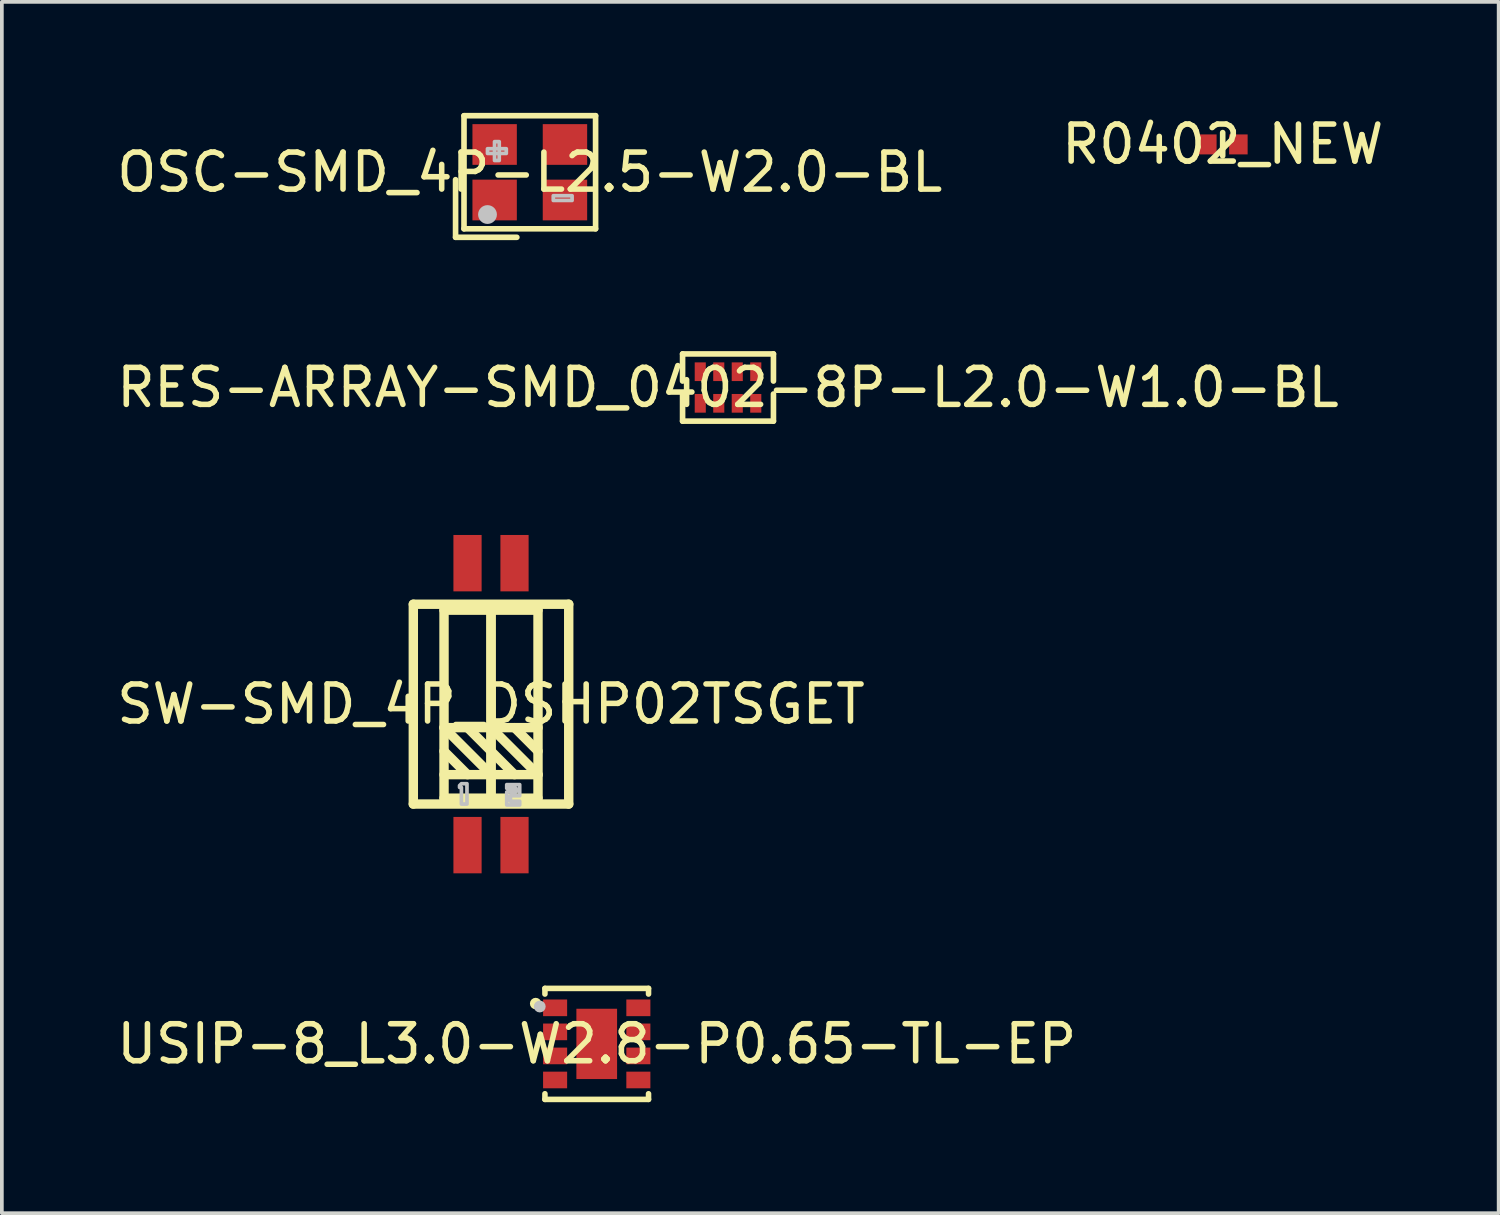
<source format=kicad_pcb>
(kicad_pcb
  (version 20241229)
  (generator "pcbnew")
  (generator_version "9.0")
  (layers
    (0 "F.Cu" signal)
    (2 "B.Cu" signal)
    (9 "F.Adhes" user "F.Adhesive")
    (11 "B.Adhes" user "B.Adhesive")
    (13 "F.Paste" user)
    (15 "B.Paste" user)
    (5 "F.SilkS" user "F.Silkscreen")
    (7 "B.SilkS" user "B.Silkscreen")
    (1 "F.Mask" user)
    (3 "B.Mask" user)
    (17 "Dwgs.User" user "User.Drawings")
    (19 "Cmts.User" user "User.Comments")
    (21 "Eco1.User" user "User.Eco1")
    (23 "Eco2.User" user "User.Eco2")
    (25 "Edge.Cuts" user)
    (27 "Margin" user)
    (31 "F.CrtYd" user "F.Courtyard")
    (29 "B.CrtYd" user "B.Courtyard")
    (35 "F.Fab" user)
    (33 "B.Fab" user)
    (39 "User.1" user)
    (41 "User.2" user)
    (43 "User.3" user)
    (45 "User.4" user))
  (footprint "R0402_NEW"
    (layer "F.Cu")
    (at 29.994 0.848)
    (property "Reference" "R0402_NEW" (at 0 0 0) (unlocked yes) (layer "F.SilkS") (effects (font (size 1 1) (thickness 0.15))))
    (fp_line (start 0 0.314) (end 0 -0.314) (stroke (width 0.152) (type default)) (layer "F.SilkS"))
    (fp_poly (pts (xy -0.131 0.235) (xy -0.131 -0.225) (xy -0.171 -0.265) (xy -0.671 -0.265) (xy -0.711 -0.225) (xy -0.711 0.235) (xy -0.671 0.276) (xy -0.171 0.276)) (stroke (width 0) (type default)) (fill yes) (layer "F.Paste"))
    (fp_poly (pts (xy 0.14 0.235) (xy 0.14 -0.225) (xy 0.179 -0.265) (xy 0.68 -0.265) (xy 0.72 -0.225) (xy 0.72 0.235) (xy 0.68 0.276) (xy 0.179 0.276)) (stroke (width 0) (type default)) (fill yes) (layer "F.Paste"))
    (fp_poly (pts (xy -0.244 -0.244) (xy -0.244 0.256) (xy -0.494 0.256) (xy -0.494 -0.244)) (stroke (width 0.1) (type default)) (fill no) (layer "User.1"))
    (fp_poly (pts (xy 0.256 0.256) (xy 0.256 -0.244) (xy 0.506 -0.244) (xy 0.506 0.256)) (stroke (width 0.1) (type default)) (fill no) (layer "User.1"))
    (fp_line (start -0.495 -0.244) (end 0.504 -0.244) (stroke (width 0.051) (type default)) (layer "User.2"))
    (fp_line (start -0.495 0.256) (end -0.495 -0.244) (stroke (width 0.051) (type default)) (layer "User.2"))
    (fp_line (start 0.504 -0.244) (end 0.504 0.256) (stroke (width 0.051) (type default)) (layer "User.2"))
    (fp_line (start 0.504 0.256) (end -0.495 0.256) (stroke (width 0.051) (type default)) (layer "User.2"))
    (fp_poly (pts (xy -0.435 0.256) (xy -0.453 0.213) (xy -0.495 0.196) (xy -0.538 0.213) (xy -0.555 0.256) (xy -0.538 0.298) (xy -0.495 0.316) (xy -0.453 0.298)) (stroke (width 0.1) (type default)) (fill no) (layer "User.3"))
    (pad "1" smd rect (at -0.415 0.005) (size 0.5 0.54) (layers "F.Cu" "F.Mask" "F.Paste"))
    (pad "2" smd rect (at 0.424 0.005) (size 0.5 0.54) (layers "F.Cu" "F.Mask" "F.Paste")))
  (footprint "RES-ARRAY-SMD_0402-8P-L2.0-W1.0-BL"
    (layer "F.Cu")
    (at 16.625 7.423)
    (property "Reference" "RES-ARRAY-SMD_0402-8P-L2.0-W1.0-BL" (at 0 0 0) (unlocked yes) (layer "F.SilkS") (effects (font (size 1 1) (thickness 0.15))))
    (fp_line (start -1.228 -0.908) (end 1.228 -0.908) (stroke (width 0.152) (type default)) (layer "F.SilkS"))
    (fp_line (start -1.228 -0.175) (end -1.228 -0.908) (stroke (width 0.152) (type default)) (layer "F.SilkS"))
    (fp_line (start -1.228 0.175) (end -1.228 0.908) (stroke (width 0.152) (type default)) (layer "F.SilkS"))
    (fp_line (start -1.228 0.908) (end 1.228 0.908) (stroke (width 0.152) (type default)) (layer "F.SilkS"))
    (fp_line (start 1.228 -0.908) (end 1.228 -0.175) (stroke (width 0.152) (type default)) (layer "F.SilkS"))
    (fp_line (start 1.228 0.908) (end 1.228 0.175) (stroke (width 0.152) (type default)) (layer "F.SilkS"))
    (fp_poly (pts (xy -0.9 -0.5) (xy -0.9 -0.2) (xy -0.6 -0.2) (xy -0.6 -0.5)) (stroke (width 0.1) (type default)) (fill no) (layer "User.1"))
    (fp_poly (pts (xy -0.9 0.5) (xy -0.9 0.2) (xy -0.6 0.2) (xy -0.6 0.5)) (stroke (width 0.1) (type default)) (fill no) (layer "User.1"))
    (fp_poly (pts (xy -0.4 -0.5) (xy -0.4 -0.2) (xy -0.1 -0.2) (xy -0.1 -0.5)) (stroke (width 0.1) (type default)) (fill no) (layer "User.1"))
    (fp_poly (pts (xy -0.4 0.5) (xy -0.4 0.2) (xy -0.1 0.2) (xy -0.1 0.5)) (stroke (width 0.1) (type default)) (fill no) (layer "User.1"))
    (fp_poly (pts (xy 0.1 -0.5) (xy 0.1 -0.2) (xy 0.4 -0.2) (xy 0.4 -0.5)) (stroke (width 0.1) (type default)) (fill no) (layer "User.1"))
    (fp_poly (pts (xy 0.1 0.5) (xy 0.1 0.2) (xy 0.4 0.2) (xy 0.4 0.5)) (stroke (width 0.1) (type default)) (fill no) (layer "User.1"))
    (fp_poly (pts (xy 0.6 -0.5) (xy 0.6 -0.2) (xy 0.9 -0.2) (xy 0.9 -0.5)) (stroke (width 0.1) (type default)) (fill no) (layer "User.1"))
    (fp_poly (pts (xy 0.6 0.5) (xy 0.6 0.2) (xy 0.9 0.2) (xy 0.9 0.5)) (stroke (width 0.1) (type default)) (fill no) (layer "User.1"))
    (fp_line (start -1 -0.5) (end -1 0.5) (stroke (width 0.051) (type default)) (layer "User.2"))
    (fp_line (start -1 0.5) (end 1 0.5) (stroke (width 0.051) (type default)) (layer "User.2"))
    (fp_line (start 1 -0.5) (end -1 -0.5) (stroke (width 0.051) (type default)) (layer "User.2"))
    (fp_line (start 1 0.5) (end 1 -0.5) (stroke (width 0.051) (type default)) (layer "User.2"))
    (fp_poly (pts (xy -0.94 -0.5) (xy -0.958 -0.542) (xy -1 -0.56) (xy -1.042 -0.542) (xy -1.06 -0.5) (xy -1.042 -0.458) (xy -1 -0.44) (xy -0.958 -0.458)) (stroke (width 0.1) (type default)) (fill no) (layer "User.3"))
    (pad "1" smd rect (at -0.75 -0.427 180) (size 0.3 0.505) (layers "F.Cu" "F.Mask" "F.Paste"))
    (pad "2" smd rect (at -0.25 -0.427 180) (size 0.3 0.505) (layers "F.Cu" "F.Mask" "F.Paste"))
    (pad "3" smd rect (at 0.25 -0.427 180) (size 0.3 0.505) (layers "F.Cu" "F.Mask" "F.Paste"))
    (pad "4" smd rect (at 0.75 -0.427 180) (size 0.3 0.505) (layers "F.Cu" "F.Mask" "F.Paste"))
    (pad "5" smd rect (at 0.75 0.427 180) (size 0.3 0.505) (layers "F.Cu" "F.Mask" "F.Paste"))
    (pad "6" smd rect (at 0.25 0.427 180) (size 0.3 0.505) (layers "F.Cu" "F.Mask" "F.Paste"))
    (pad "7" smd rect (at -0.25 0.427 180) (size 0.3 0.505) (layers "F.Cu" "F.Mask" "F.Paste"))
    (pad "8" smd rect (at -0.75 0.427 180) (size 0.3 0.505) (layers "F.Cu" "F.Mask" "F.Paste")))
  (footprint "OSC-SMD_4P-L2.5-W2.0-BL"
    (layer "F.Cu")
    (at 11.268 1.605)
    (property "Reference" "OSC-SMD_4P-L2.5-W2.0-BL" (at 0 0 0) (unlocked yes) (layer "F.SilkS") (effects (font (size 1 1) (thickness 0.15))))
    (fp_line (start -2.006 0.201) (end -2.006 1.758) (stroke (width 0.152) (type default)) (layer "F.SilkS"))
    (fp_line (start -2.006 1.758) (end -0.35 1.758) (stroke (width 0.152) (type default)) (layer "F.SilkS"))
    (fp_line (start -1.778 -1.528) (end 1.778 -1.528) (stroke (width 0.152) (type default)) (layer "F.SilkS"))
    (fp_line (start -1.778 1.528) (end -1.778 -1.528) (stroke (width 0.152) (type default)) (layer "F.SilkS"))
    (fp_line (start 1.778 -1.528) (end 1.778 1.528) (stroke (width 0.152) (type default)) (layer "F.SilkS"))
    (fp_line (start 1.778 1.528) (end -1.778 1.528) (stroke (width 0.152) (type default)) (layer "F.SilkS"))
    (fp_circle (center -1.143 1.143) (end -1.016 1.143) (stroke (width 0.254) (type default)) (fill no) (layer "Dwgs.User"))
    (fp_poly (pts (xy -1.143 -0.635) (xy -0.635 -0.635) (xy -0.635 -0.508) (xy -1.143 -0.508)) (stroke (width 0.1) (type default)) (fill no) (layer "Dwgs.User"))
    (fp_poly (pts (xy -0.953 -0.318) (xy -0.953 -0.826) (xy -0.826 -0.826) (xy -0.826 -0.318)) (stroke (width 0.1) (type default)) (fill no) (layer "Dwgs.User"))
    (fp_poly (pts (xy 0.635 0.635) (xy 1.143 0.635) (xy 1.143 0.762) (xy 0.635 0.762)) (stroke (width 0.1) (type default)) (fill no) (layer "Dwgs.User"))
    (fp_poly (pts (xy -1.25 -1) (xy -0.45 -1) (xy -0.45 -0.325) (xy -1.25 -0.325)) (stroke (width 0.1) (type default)) (fill no) (layer "User.1"))
    (fp_poly (pts (xy -0.45 1) (xy -1.25 1) (xy -1.25 0.325) (xy -0.45 0.325)) (stroke (width 0.1) (type default)) (fill no) (layer "User.1"))
    (fp_poly (pts (xy 1.25 -0.325) (xy 0.45 -0.325) (xy 0.45 -1) (xy 1.25 -1)) (stroke (width 0.1) (type default)) (fill no) (layer "User.1"))
    (fp_poly (pts (xy 1.25 1) (xy 0.45 1) (xy 0.45 0.325) (xy 1.25 0.325)) (stroke (width 0.1) (type default)) (fill no) (layer "User.1"))
    (fp_line (start -1.25 -1) (end 1.25 -1) (stroke (width 0.051) (type default)) (layer "User.2"))
    (fp_line (start -1.25 1) (end -1.25 -1) (stroke (width 0.051) (type default)) (layer "User.2"))
    (fp_line (start 1.25 -1) (end 1.25 1) (stroke (width 0.051) (type default)) (layer "User.2"))
    (fp_line (start 1.25 1) (end -1.25 1) (stroke (width 0.051) (type default)) (layer "User.2"))
    (fp_poly (pts (xy -1.19 1) (xy -1.208 0.958) (xy -1.25 0.94) (xy -1.292 0.958) (xy -1.31 1) (xy -1.292 1.042) (xy -1.25 1.06) (xy -1.208 1.042)) (stroke (width 0.1) (type default)) (fill no) (layer "User.3"))
    (pad "1" smd rect (at -0.95 0.75) (size 1.2 1.1) (layers "F.Cu" "F.Mask" "F.Paste"))
    (pad "2" smd rect (at 0.95 0.75) (size 1.2 1.1) (layers "F.Cu" "F.Mask" "F.Paste"))
    (pad "3" smd rect (at 0.95 -0.75) (size 1.2 1.1) (layers "F.Cu" "F.Mask" "F.Paste"))
    (pad "4" smd rect (at -0.95 -0.75) (size 1.2 1.1) (layers "F.Cu" "F.Mask" "F.Paste")))
  (footprint "SW-SMD_4P_DSHP02TSGET"
    (layer "F.Cu")
    (at 10.22 15.98)
    (property "Reference" "SW-SMD_4P_DSHP02TSGET" (at 0 0 0) (unlocked yes) (layer "F.SilkS") (effects (font (size 1 1) (thickness 0.15))))
    (fp_line (start -2.1 -2.7) (end -2.1 2.7) (stroke (width 0.254) (type default)) (layer "F.SilkS"))
    (fp_line (start -2.1 2.7) (end 2.1 2.7) (stroke (width 0.254) (type default)) (layer "F.SilkS"))
    (fp_line (start -1.27 -2.54) (end 0 -2.54) (stroke (width 0.254) (type default)) (layer "F.SilkS"))
    (fp_line (start -1.27 0.635) (end 0 1.905) (stroke (width 0.254) (type default)) (layer "F.SilkS"))
    (fp_line (start -1.27 1.27) (end -0.635 1.905) (stroke (width 0.254) (type default)) (layer "F.SilkS"))
    (fp_line (start -1.27 2.54) (end -1.27 -2.54) (stroke (width 0.254) (type default)) (layer "F.SilkS"))
    (fp_line (start -0.635 0.635) (end 0 1.27) (stroke (width 0.254) (type default)) (layer "F.SilkS"))
    (fp_line (start 0 -2.54) (end 0 2.54) (stroke (width 0.254) (type default)) (layer "F.SilkS"))
    (fp_line (start 0 -2.54) (end 0 2.54) (stroke (width 0.254) (type default)) (layer "F.SilkS"))
    (fp_line (start 0 0.635) (end -1.27 0.635) (stroke (width 0.254) (type default)) (layer "F.SilkS"))
    (fp_line (start 0 1.27) (end 0.635 1.905) (stroke (width 0.254) (type default)) (layer "F.SilkS"))
    (fp_line (start 0 1.905) (end -1.27 1.905) (stroke (width 0.254) (type default)) (layer "F.SilkS"))
    (fp_line (start 0 1.905) (end 1.27 1.905) (stroke (width 0.254) (type default)) (layer "F.SilkS"))
    (fp_line (start 0 2.54) (end -1.27 2.54) (stroke (width 0.254) (type default)) (layer "F.SilkS"))
    (fp_line (start 0 2.54) (end 1.27 2.54) (stroke (width 0.254) (type default)) (layer "F.SilkS"))
    (fp_line (start 0.635 0.635) (end 1.27 1.27) (stroke (width 0.254) (type default)) (layer "F.SilkS"))
    (fp_line (start 1.27 -2.54) (end 0 -2.54) (stroke (width 0.254) (type default)) (layer "F.SilkS"))
    (fp_line (start 1.27 0.635) (end 0 0.635) (stroke (width 0.254) (type default)) (layer "F.SilkS"))
    (fp_line (start 1.27 1.905) (end 0 0.635) (stroke (width 0.254) (type default)) (layer "F.SilkS"))
    (fp_line (start 1.27 2.54) (end 1.27 -2.54) (stroke (width 0.254) (type default)) (layer "F.SilkS"))
    (fp_line (start 2.1 -2.7) (end -2.1 -2.7) (stroke (width 0.254) (type default)) (layer "F.SilkS"))
    (fp_line (start 2.1 2.7) (end 2.1 -2.7) (stroke (width 0.254) (type default)) (layer "F.SilkS"))
    (fp_poly (pts (xy -0.75 2.15) (xy -0.8 2.15) (xy -0.85 2.2) (xy -0.85 2.25) (xy -0.8 2.25) (xy -0.8 2.7) (xy -0.65 2.7) (xy -0.65 2.15)) (stroke (width 0.1) (type default)) (fill no) (layer "Dwgs.User"))
    (fp_poly (pts (xy 0.525 2.725) (xy 0.425 2.725) (xy 0.425 2.375) (xy 0.675 2.375) (xy 0.675 2.275) (xy 0.425 2.275) (xy 0.425 2.175) (xy 0.775 2.175) (xy 0.775 2.475) (xy 0.525 2.475) (xy 0.525 2.625) (xy 0.775 2.625) (xy 0.775 2.725)) (stroke (width 0.1) (type default)) (fill no) (layer "Dwgs.User"))
    (fp_poly (pts (xy -0.835 -3.325) (xy -0.835 -4.175) (xy -0.435 -4.175) (xy -0.435 -3.325)) (stroke (width 0.1) (type default)) (fill no) (layer "User.1"))
    (fp_poly (pts (xy -0.835 -2.69) (xy -0.835 -3.335) (xy -0.435 -3.335) (xy -0.435 -2.69)) (stroke (width 0.1) (type default)) (fill no) (layer "User.1"))
    (fp_poly (pts (xy -0.835 3.335) (xy -0.835 2.69) (xy -0.435 2.69) (xy -0.435 3.335)) (stroke (width 0.1) (type default)) (fill no) (layer "User.1"))
    (fp_poly (pts (xy -0.835 4.175) (xy -0.835 3.325) (xy -0.435 3.325) (xy -0.435 4.175)) (stroke (width 0.1) (type default)) (fill no) (layer "User.1"))
    (fp_poly (pts (xy 0.435 -3.325) (xy 0.435 -4.175) (xy 0.835 -4.175) (xy 0.835 -3.325)) (stroke (width 0.1) (type default)) (fill no) (layer "User.1"))
    (fp_poly (pts (xy 0.435 -2.69) (xy 0.435 -3.335) (xy 0.835 -3.335) (xy 0.835 -2.69)) (stroke (width 0.1) (type default)) (fill no) (layer "User.1"))
    (fp_poly (pts (xy 0.435 3.335) (xy 0.435 2.69) (xy 0.835 2.69) (xy 0.835 3.335)) (stroke (width 0.1) (type default)) (fill no) (layer "User.1"))
    (fp_poly (pts (xy 0.435 4.175) (xy 0.435 3.325) (xy 0.835 3.325) (xy 0.835 4.175)) (stroke (width 0.1) (type default)) (fill no) (layer "User.1"))
    (fp_line (start -2.07 -2.7) (end 2.07 -2.7) (stroke (width 0.051) (type default)) (layer "User.2"))
    (fp_line (start -2.07 2.7) (end -2.07 -2.7) (stroke (width 0.051) (type default)) (layer "User.2"))
    (fp_line (start 2.07 -2.7) (end 2.07 2.7) (stroke (width 0.051) (type default)) (layer "User.2"))
    (fp_line (start 2.07 2.7) (end -2.07 2.7) (stroke (width 0.051) (type default)) (layer "User.2"))
    (fp_poly (pts (xy -1.98 4.145) (xy -1.998 4.103) (xy -2.04 4.085) (xy -2.082 4.103) (xy -2.1 4.145) (xy -2.082 4.187) (xy -2.04 4.205) (xy -1.998 4.187)) (stroke (width 0.1) (type default)) (fill no) (layer "User.3"))
    (pad "1" smd rect (at -0.635 3.81 270) (size 1.524 0.762) (layers "F.Cu" "F.Mask" "F.Paste"))
    (pad "2" smd rect (at 0.635 3.81 270) (size 1.524 0.762) (layers "F.Cu" "F.Mask" "F.Paste"))
    (pad "3" smd rect (at 0.635 -3.81 270) (size 1.524 0.762) (layers "F.Cu" "F.Mask" "F.Paste"))
    (pad "4" smd rect (at -0.635 -3.81 270) (size 1.524 0.762) (layers "F.Cu" "F.Mask" "F.Paste")))
  (footprint "USIP-8_L3.0-W2.8-P0.65-TL-EP"
    (layer "F.Cu")
    (at 13.077 25.162)
    (property "Reference" "USIP-8_L3.0-W2.8-P0.65-TL-EP" (at 0 0 0) (unlocked yes) (layer "F.SilkS") (effects (font (size 1 1) (thickness 0.15))))
    (fp_line (start -1.4 -1.5) (end -1.4 -1.347) (stroke (width 0.15) (type default)) (layer "F.SilkS"))
    (fp_line (start -1.4 -1.5) (end 1.4 -1.5) (stroke (width 0.15) (type default)) (layer "F.SilkS"))
    (fp_line (start -1.4 1.347) (end -1.4 1.5) (stroke (width 0.15) (type default)) (layer "F.SilkS"))
    (fp_line (start -1.4 1.5) (end 1.4 1.5) (stroke (width 0.15) (type default)) (layer "F.SilkS"))
    (fp_line (start 1.4 -1.5) (end 1.4 -1.347) (stroke (width 0.15) (type default)) (layer "F.SilkS"))
    (fp_line (start 1.4 1.347) (end 1.4 1.5) (stroke (width 0.15) (type default)) (layer "F.SilkS"))
    (fp_circle (center -1.65 -1.09) (end -1.569 -1.09) (stroke (width 0.15) (type default)) (fill no) (layer "F.SilkS"))
    (fp_circle (center -1.54 -1.01) (end -1.46 -1.01) (stroke (width 0.16) (type default)) (fill no) (layer "Dwgs.User"))
    (fp_poly (pts (xy -1.3 -1.175) (xy -0.8 -1.175) (xy -0.8 -0.775) (xy -1.3 -0.775)) (stroke (width 0.1) (type default)) (fill no) (layer "User.1"))
    (fp_poly (pts (xy -1.3 -0.525) (xy -0.8 -0.525) (xy -0.8 -0.125) (xy -1.3 -0.125)) (stroke (width 0.1) (type default)) (fill no) (layer "User.1"))
    (fp_poly (pts (xy -1.3 0.125) (xy -0.8 0.125) (xy -0.8 0.525) (xy -1.3 0.525)) (stroke (width 0.1) (type default)) (fill no) (layer "User.1"))
    (fp_poly (pts (xy -1.3 0.775) (xy -0.8 0.775) (xy -0.8 1.175) (xy -1.3 1.175)) (stroke (width 0.1) (type default)) (fill no) (layer "User.1"))
    (fp_poly (pts (xy -0.55 0.95) (xy -0.55 -0.95) (xy 0.55 -0.95) (xy 0.55 0.95)) (stroke (width 0.1) (type default)) (fill no) (layer "User.1"))
    (fp_poly (pts (xy 0.8 -1.175) (xy 1.3 -1.175) (xy 1.3 -0.775) (xy 0.8 -0.775)) (stroke (width 0.1) (type default)) (fill no) (layer "User.1"))
    (fp_poly (pts (xy 0.8 -0.525) (xy 1.3 -0.525) (xy 1.3 -0.125) (xy 0.8 -0.125)) (stroke (width 0.1) (type default)) (fill no) (layer "User.1"))
    (fp_poly (pts (xy 0.8 0.125) (xy 1.3 0.125) (xy 1.3 0.525) (xy 0.8 0.525)) (stroke (width 0.1) (type default)) (fill no) (layer "User.1"))
    (fp_poly (pts (xy 0.8 0.775) (xy 1.3 0.775) (xy 1.3 1.175) (xy 0.8 1.175)) (stroke (width 0.1) (type default)) (fill no) (layer "User.1"))
    (fp_line (start -1.4 -1.5) (end 1.4 -1.5) (stroke (width 0.051) (type default)) (layer "User.2"))
    (fp_line (start -1.4 1.5) (end -1.4 -1.5) (stroke (width 0.051) (type default)) (layer "User.2"))
    (fp_line (start 1.4 -1.5) (end 1.4 1.5) (stroke (width 0.051) (type default)) (layer "User.2"))
    (fp_line (start 1.4 1.5) (end -1.4 1.5) (stroke (width 0.051) (type default)) (layer "User.2"))
    (fp_poly (pts (xy -1.34 -1.5) (xy -1.358 -1.542) (xy -1.4 -1.56) (xy -1.442 -1.542) (xy -1.46 -1.5) (xy -1.442 -1.458) (xy -1.4 -1.44) (xy -1.358 -1.458)) (stroke (width 0.1) (type default)) (fill no) (layer "User.3"))
    (pad "1" smd rect (at -1.125 -0.975) (size 0.65 0.45) (layers "F.Cu" "F.Mask" "F.Paste"))
    (pad "2" smd rect (at -1.125 -0.325) (size 0.65 0.45) (layers "F.Cu" "F.Mask" "F.Paste"))
    (pad "3" smd rect (at -1.125 0.325) (size 0.65 0.45) (layers "F.Cu" "F.Mask" "F.Paste"))
    (pad "4" smd rect (at -1.125 0.975) (size 0.65 0.45) (layers "F.Cu" "F.Mask" "F.Paste"))
    (pad "5" smd rect (at 1.125 0.975) (size 0.65 0.45) (layers "F.Cu" "F.Mask" "F.Paste"))
    (pad "6" smd rect (at 1.125 0.325) (size 0.65 0.45) (layers "F.Cu" "F.Mask" "F.Paste"))
    (pad "7" smd rect (at 1.125 -0.325) (size 0.65 0.45) (layers "F.Cu" "F.Mask" "F.Paste"))
    (pad "8" smd rect (at 1.125 -0.975) (size 0.65 0.45) (layers "F.Cu" "F.Mask" "F.Paste"))
    (pad "9" smd rect (at 0 0 90) (size 1.9 1.1) (layers "F.Cu" "F.Mask" "F.Paste")))
  (gr_rect
    (start -3 -3)
    (end 37.452 29.737)
    (stroke (width 0.1) (type default))
    (fill no)
    (layer "Edge.Cuts")))
</source>
